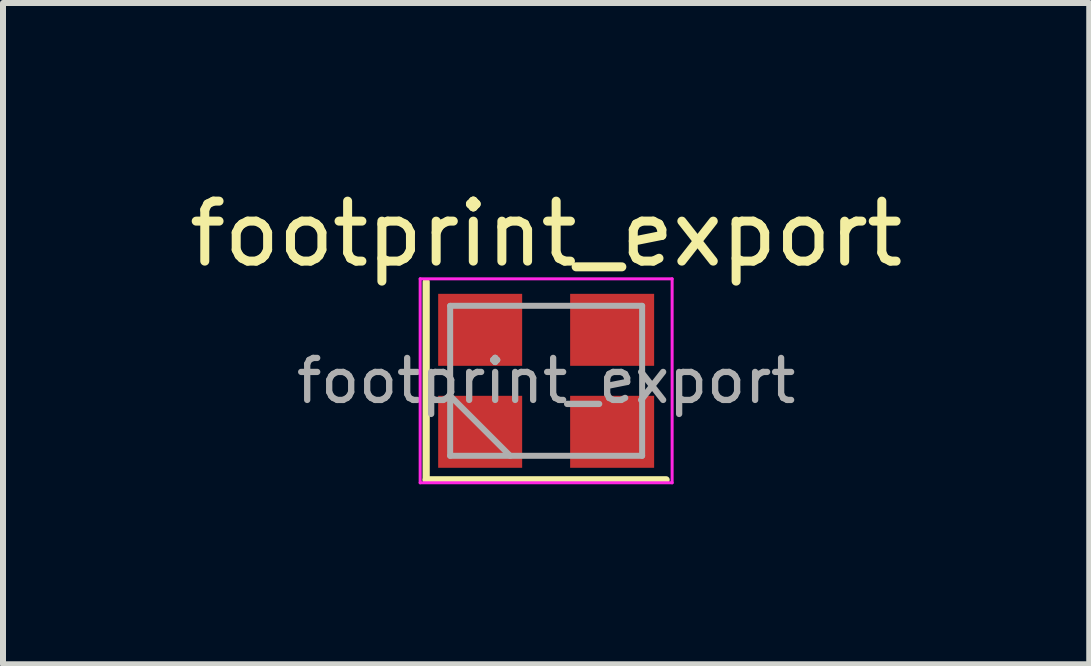
<source format=kicad_pcb>
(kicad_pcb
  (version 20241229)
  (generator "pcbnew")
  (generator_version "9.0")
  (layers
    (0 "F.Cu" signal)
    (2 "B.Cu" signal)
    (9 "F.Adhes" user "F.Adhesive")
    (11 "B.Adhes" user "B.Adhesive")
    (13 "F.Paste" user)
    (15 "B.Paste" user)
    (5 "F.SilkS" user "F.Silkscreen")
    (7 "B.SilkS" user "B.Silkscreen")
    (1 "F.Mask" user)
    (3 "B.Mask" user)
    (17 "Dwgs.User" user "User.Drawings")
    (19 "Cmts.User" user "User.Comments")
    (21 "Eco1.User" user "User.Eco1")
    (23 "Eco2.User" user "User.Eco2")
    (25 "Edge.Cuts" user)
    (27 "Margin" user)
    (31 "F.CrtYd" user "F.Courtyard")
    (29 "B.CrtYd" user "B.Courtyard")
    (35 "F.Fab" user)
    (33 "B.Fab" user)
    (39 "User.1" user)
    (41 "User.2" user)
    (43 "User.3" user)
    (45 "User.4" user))
  (footprint "footprint_export"
    (layer "F.Cu")
    (at 6.054 3.298)
    (property "Reference" "footprint_export" (at 0 -2.45 0) (layer "F.SilkS") (effects (font (size 1 1) (thickness 0.15))))
    (attr smd)
    (fp_line (start -2 -1.65) (end -2 1.65) (stroke (width 0.12) (type solid)) (layer "F.SilkS"))
    (fp_line (start -2 1.65) (end 2 1.65) (stroke (width 0.12) (type solid)) (layer "F.SilkS"))
    (fp_line (start -2.1 -1.7) (end -2.1 1.7) (stroke (width 0.05) (type solid)) (layer "F.CrtYd"))
    (fp_line (start -2.1 1.7) (end 2.1 1.7) (stroke (width 0.05) (type solid)) (layer "F.CrtYd"))
    (fp_line (start 2.1 -1.7) (end -2.1 -1.7) (stroke (width 0.05) (type solid)) (layer "F.CrtYd"))
    (fp_line (start 2.1 1.7) (end 2.1 -1.7) (stroke (width 0.05) (type solid)) (layer "F.CrtYd"))
    (fp_line (start -1.6 -1.25) (end -1.6 1.25) (stroke (width 0.1) (type solid)) (layer "F.Fab"))
    (fp_line (start -1.6 0.25) (end -0.6 1.25) (stroke (width 0.1) (type solid)) (layer "F.Fab"))
    (fp_line (start -1.6 1.25) (end 1.6 1.25) (stroke (width 0.1) (type solid)) (layer "F.Fab"))
    (fp_line (start 1.6 -1.25) (end -1.6 -1.25) (stroke (width 0.1) (type solid)) (layer "F.Fab"))
    (fp_line (start 1.6 1.25) (end 1.6 -1.25) (stroke (width 0.1) (type solid)) (layer "F.Fab"))
    (fp_text user "${REFERENCE}" (at 0 0 0) (layer "F.Fab") (effects (font (size 0.7 0.7) (thickness 0.105))))
    (pad "1" smd rect (at -1.1 0.85) (size 1.4 1.2) (layers "F.Cu" "F.Mask" "F.Paste"))
    (pad "2" smd rect (at 1.1 0.85) (size 1.4 1.2) (layers "F.Cu" "F.Mask" "F.Paste"))
    (pad "3" smd rect (at 1.1 -0.85) (size 1.4 1.2) (layers "F.Cu" "F.Mask" "F.Paste"))
    (pad "4" smd rect (at -1.1 -0.85) (size 1.4 1.2) (layers "F.Cu" "F.Mask" "F.Paste")))
  (gr_rect
    (start -3 -3)
    (end 15.107 8.023)
    (stroke (width 0.1) (type default))
    (fill no)
    (layer "Edge.Cuts")))
</source>
